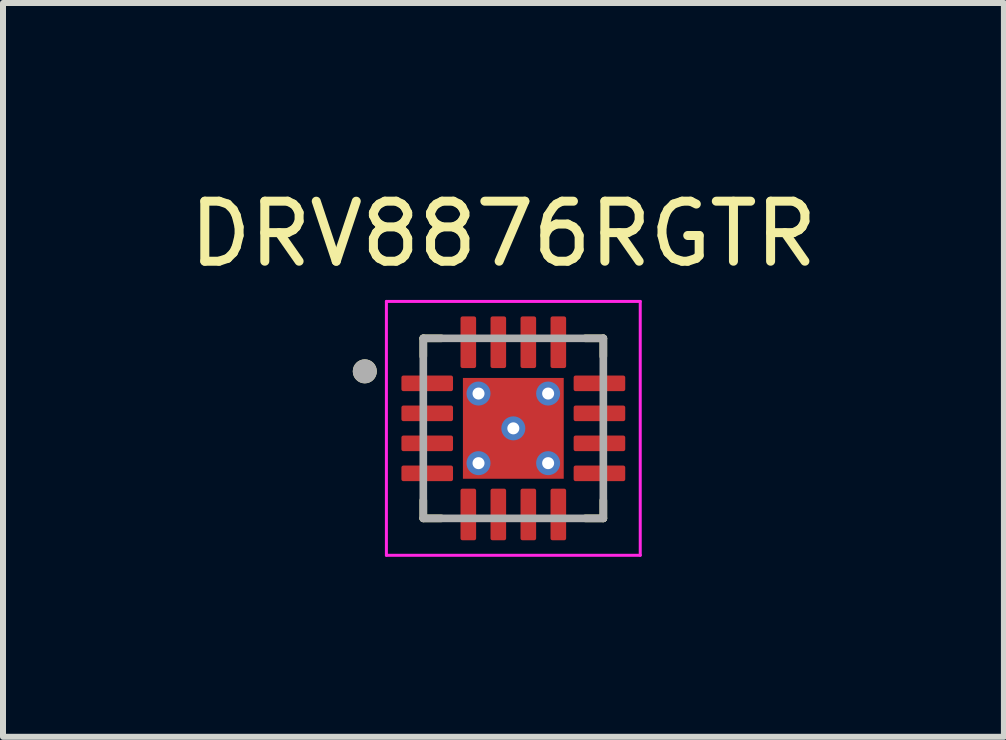
<source format=kicad_pcb>
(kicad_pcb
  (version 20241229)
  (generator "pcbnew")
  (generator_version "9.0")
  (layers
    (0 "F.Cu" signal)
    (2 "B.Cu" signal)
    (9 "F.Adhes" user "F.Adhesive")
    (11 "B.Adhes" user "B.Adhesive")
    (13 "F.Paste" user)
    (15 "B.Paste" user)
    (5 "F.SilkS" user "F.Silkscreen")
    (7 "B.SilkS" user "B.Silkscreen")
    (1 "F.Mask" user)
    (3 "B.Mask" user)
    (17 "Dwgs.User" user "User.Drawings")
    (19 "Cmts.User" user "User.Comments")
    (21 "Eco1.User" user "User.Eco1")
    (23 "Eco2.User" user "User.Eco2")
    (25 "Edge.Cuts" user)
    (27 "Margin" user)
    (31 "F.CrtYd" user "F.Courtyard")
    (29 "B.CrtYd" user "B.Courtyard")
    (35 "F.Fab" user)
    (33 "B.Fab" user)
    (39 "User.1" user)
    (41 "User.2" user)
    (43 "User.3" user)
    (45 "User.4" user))
  (footprint "DRV8876RGTR"
    (layer "F.Cu")
    (at 5.504 4.088)
    (property "Reference" "DRV8876RGTR" (at -0.165 -3.24 0) (layer "F.SilkS") (effects (font (size 1 1) (thickness 0.15))))
    (attr smd)
    (fp_line (start -1.5 -1.5) (end -1.5 -1.2) (stroke (width 0.127) (type solid)) (layer "F.SilkS"))
    (fp_line (start -1.5 -1.5) (end -1.2 -1.5) (stroke (width 0.127) (type solid)) (layer "F.SilkS"))
    (fp_line (start -1.5 1.5) (end -1.5 1.2) (stroke (width 0.127) (type solid)) (layer "F.SilkS"))
    (fp_line (start -1.5 1.5) (end -1.2 1.5) (stroke (width 0.127) (type solid)) (layer "F.SilkS"))
    (fp_line (start 1.5 -1.5) (end 1.2 -1.5) (stroke (width 0.127) (type solid)) (layer "F.SilkS"))
    (fp_line (start 1.5 -1.5) (end 1.5 -1.2) (stroke (width 0.127) (type solid)) (layer "F.SilkS"))
    (fp_line (start 1.5 1.5) (end 1.2 1.5) (stroke (width 0.127) (type solid)) (layer "F.SilkS"))
    (fp_line (start 1.5 1.5) (end 1.5 1.2) (stroke (width 0.127) (type solid)) (layer "F.SilkS"))
    (fp_circle (center -2.475 -0.95) (end -2.375 -0.95) (stroke (width 0.2) (type solid)) (fill no) (layer "F.SilkS"))
    (fp_poly (pts (xy -0.53 -0.53) (xy 0.53 -0.53) (xy 0.53 0.53) (xy -0.53 0.53)) (stroke (width 0.01) (type solid)) (fill yes) (layer "F.Paste"))
    (fp_line (start -2.115 -2.115) (end 2.115 -2.115) (stroke (width 0.05) (type solid)) (layer "F.CrtYd"))
    (fp_line (start -2.115 2.115) (end -2.115 -2.115) (stroke (width 0.05) (type solid)) (layer "F.CrtYd"))
    (fp_line (start -2.115 2.115) (end 2.115 2.115) (stroke (width 0.05) (type solid)) (layer "F.CrtYd"))
    (fp_line (start 2.115 2.115) (end 2.115 -2.115) (stroke (width 0.05) (type solid)) (layer "F.CrtYd"))
    (fp_line (start -1.5 1.5) (end -1.5 -1.5) (stroke (width 0.127) (type solid)) (layer "F.Fab"))
    (fp_line (start 1.5 -1.5) (end -1.5 -1.5) (stroke (width 0.127) (type solid)) (layer "F.Fab"))
    (fp_line (start 1.5 1.5) (end -1.5 1.5) (stroke (width 0.127) (type solid)) (layer "F.Fab"))
    (fp_line (start 1.5 1.5) (end 1.5 -1.5) (stroke (width 0.127) (type solid)) (layer "F.Fab"))
    (fp_circle (center -2.475 -0.95) (end -2.375 -0.95) (stroke (width 0.2) (type solid)) (fill no) (layer "F.Fab"))
    (pad "1" smd roundrect (at -1.435 -0.75) (size 0.86 0.26) (layers "F.Cu" "F.Mask" "F.Paste") (roundrect_rratio 0.125))
    (pad "2" smd roundrect (at -1.435 -0.25) (size 0.86 0.26) (layers "F.Cu" "F.Mask" "F.Paste") (roundrect_rratio 0.125))
    (pad "3" smd roundrect (at -1.435 0.25) (size 0.86 0.26) (layers "F.Cu" "F.Mask" "F.Paste") (roundrect_rratio 0.125))
    (pad "4" smd roundrect (at -1.435 0.75) (size 0.86 0.26) (layers "F.Cu" "F.Mask" "F.Paste") (roundrect_rratio 0.125))
    (pad "5" smd roundrect (at -0.75 1.435) (size 0.26 0.86) (layers "F.Cu" "F.Mask" "F.Paste") (roundrect_rratio 0.125))
    (pad "6" smd roundrect (at -0.25 1.435) (size 0.26 0.86) (layers "F.Cu" "F.Mask" "F.Paste") (roundrect_rratio 0.125))
    (pad "7" smd roundrect (at 0.25 1.435) (size 0.26 0.86) (layers "F.Cu" "F.Mask" "F.Paste") (roundrect_rratio 0.125))
    (pad "8" smd roundrect (at 0.75 1.435) (size 0.26 0.86) (layers "F.Cu" "F.Mask" "F.Paste") (roundrect_rratio 0.125))
    (pad "9" smd roundrect (at 1.435 0.75) (size 0.86 0.26) (layers "F.Cu" "F.Mask" "F.Paste") (roundrect_rratio 0.125))
    (pad "10" smd roundrect (at 1.435 0.25) (size 0.86 0.26) (layers "F.Cu" "F.Mask" "F.Paste") (roundrect_rratio 0.125))
    (pad "11" smd roundrect (at 1.435 -0.25) (size 0.86 0.26) (layers "F.Cu" "F.Mask" "F.Paste") (roundrect_rratio 0.125))
    (pad "12" smd roundrect (at 1.435 -0.75) (size 0.86 0.26) (layers "F.Cu" "F.Mask" "F.Paste") (roundrect_rratio 0.125))
    (pad "13" smd roundrect (at 0.75 -1.435) (size 0.26 0.86) (layers "F.Cu" "F.Mask" "F.Paste") (roundrect_rratio 0.125))
    (pad "14" smd roundrect (at 0.25 -1.435) (size 0.26 0.86) (layers "F.Cu" "F.Mask" "F.Paste") (roundrect_rratio 0.125))
    (pad "15" smd roundrect (at -0.25 -1.435) (size 0.26 0.86) (layers "F.Cu" "F.Mask" "F.Paste") (roundrect_rratio 0.125))
    (pad "16" smd roundrect (at -0.75 -1.435) (size 0.26 0.86) (layers "F.Cu" "F.Mask" "F.Paste") (roundrect_rratio 0.125))
    (pad "17" smd rect (at 0 0) (size 1.68 1.68) (layers "F.Cu" "F.Mask"))
    (pad "18" thru_hole circle (at 0 0) (size 0.4 0.4) (drill 0.2) (layers "*.Cu"))
    (pad "19" thru_hole circle (at -0.58 -0.58) (size 0.4 0.4) (drill 0.2) (layers "*.Cu"))
    (pad "20" thru_hole circle (at 0.58 -0.58) (size 0.4 0.4) (drill 0.2) (layers "*.Cu"))
    (pad "21" thru_hole circle (at -0.58 0.58) (size 0.4 0.4) (drill 0.2) (layers "*.Cu"))
    (pad "22" thru_hole circle (at 0.58 0.58) (size 0.4 0.4) (drill 0.2) (layers "*.Cu")))
  (gr_rect
    (start -3 -3)
    (end 13.679 9.228)
    (stroke (width 0.1) (type default))
    (fill no)
    (layer "Edge.Cuts")))
</source>
